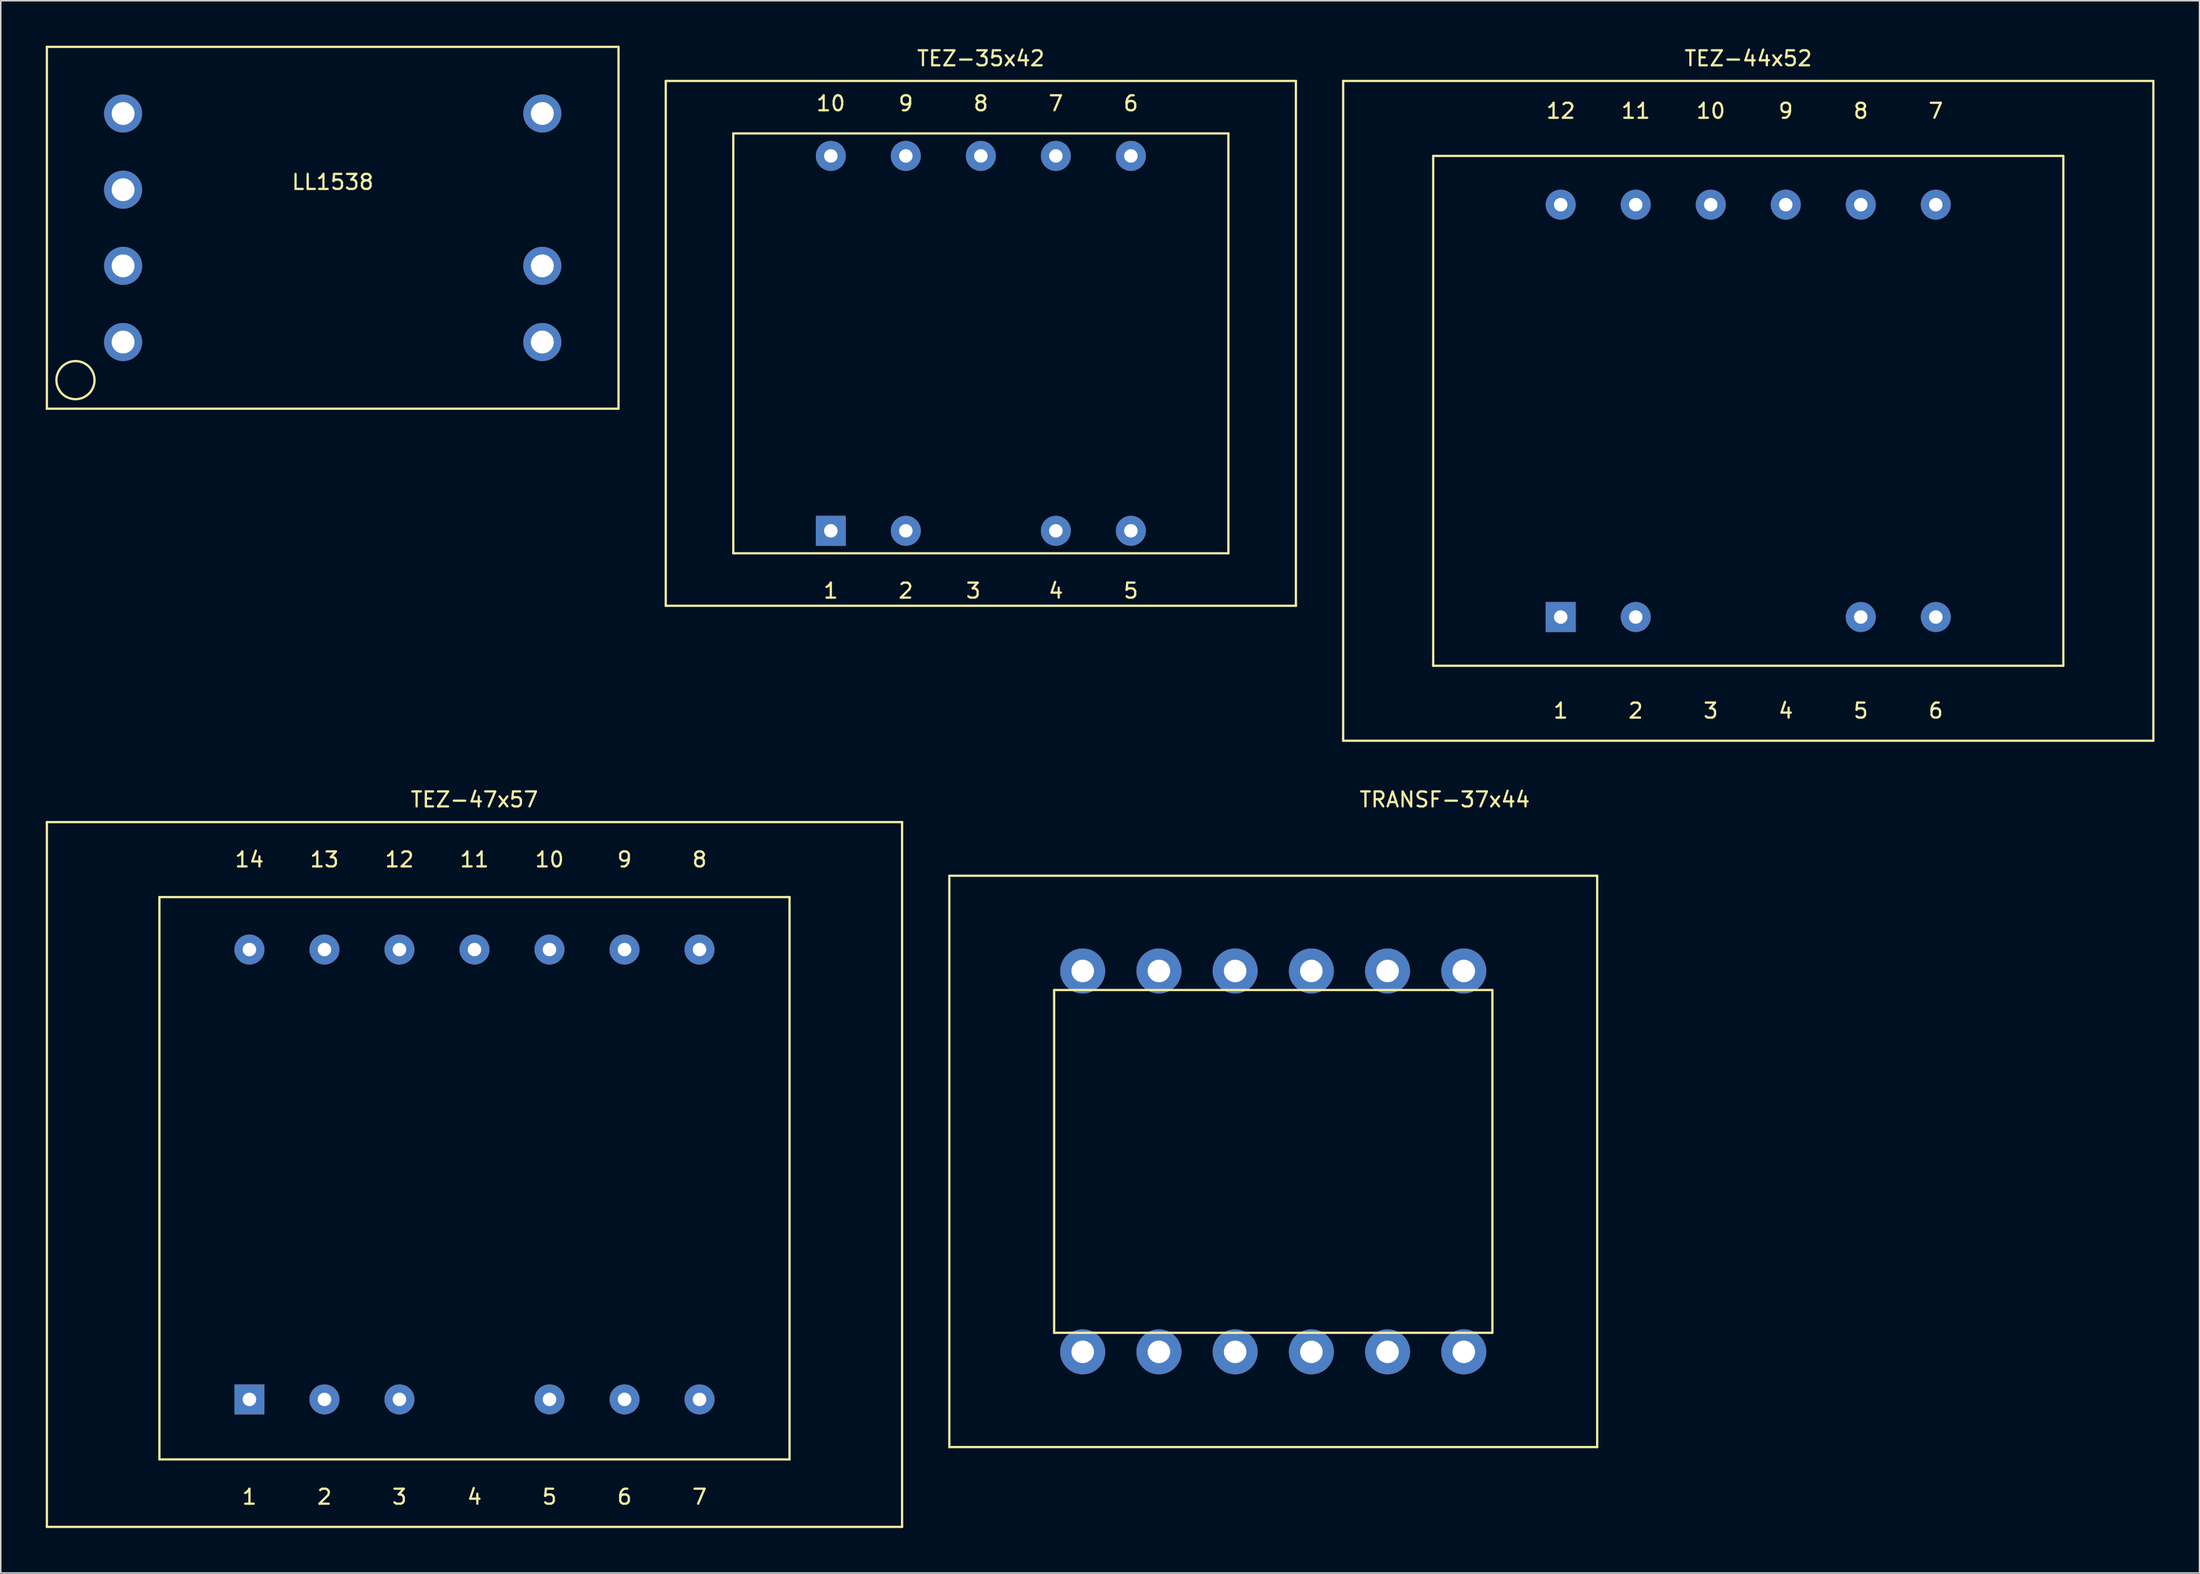
<source format=kicad_pcb>
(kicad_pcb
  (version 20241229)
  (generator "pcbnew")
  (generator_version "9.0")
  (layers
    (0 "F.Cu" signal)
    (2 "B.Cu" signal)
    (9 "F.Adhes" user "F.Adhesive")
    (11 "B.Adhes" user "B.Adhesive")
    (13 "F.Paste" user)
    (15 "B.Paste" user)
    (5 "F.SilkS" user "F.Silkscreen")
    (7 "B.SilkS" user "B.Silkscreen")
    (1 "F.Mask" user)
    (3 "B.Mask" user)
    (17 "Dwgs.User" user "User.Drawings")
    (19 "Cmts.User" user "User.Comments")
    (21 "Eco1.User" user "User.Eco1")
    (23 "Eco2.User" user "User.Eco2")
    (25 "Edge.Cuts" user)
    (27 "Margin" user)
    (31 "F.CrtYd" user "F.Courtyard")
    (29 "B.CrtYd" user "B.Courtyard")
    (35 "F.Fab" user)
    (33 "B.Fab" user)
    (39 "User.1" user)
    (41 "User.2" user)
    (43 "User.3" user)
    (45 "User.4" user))
  (footprint "TEZ-44x52"
    (layer "F.Cu")
    (at 113.475 24.348)
    (property "Reference" "TEZ-44x52" (at 0 -23.5 0) (layer "F.SilkS") (effects (font (size 1 1) (thickness 0.15))))
    (attr through_hole)
    (fp_line (start -27 -22) (end 27 -22) (stroke (width 0.15) (type solid)) (layer "F.SilkS"))
    (fp_line (start -27 22) (end -27 -22) (stroke (width 0.15) (type solid)) (layer "F.SilkS"))
    (fp_line (start -21 -17) (end 21 -17) (stroke (width 0.15) (type solid)) (layer "F.SilkS"))
    (fp_line (start -21 17) (end -21 -17) (stroke (width 0.15) (type solid)) (layer "F.SilkS"))
    (fp_line (start 21 -17) (end 21 17) (stroke (width 0.15) (type solid)) (layer "F.SilkS"))
    (fp_line (start 21 17) (end -21 17) (stroke (width 0.15) (type solid)) (layer "F.SilkS"))
    (fp_line (start 27 -22) (end 27 22) (stroke (width 0.15) (type solid)) (layer "F.SilkS"))
    (fp_line (start 27 22) (end -27 22) (stroke (width 0.15) (type solid)) (layer "F.SilkS"))
    (fp_text user "2" (at -7.5 20 0) (layer "F.SilkS") (effects (font (size 1 1) (thickness 0.15))))
    (fp_text user "12" (at -12.5 -20 0) (layer "F.SilkS") (effects (font (size 1 1) (thickness 0.15))))
    (fp_text user "1" (at -12.5 20 0) (layer "F.SilkS") (effects (font (size 1 1) (thickness 0.15))))
    (fp_text user "6" (at 12.5 20 0) (layer "F.SilkS") (effects (font (size 1 1) (thickness 0.15))))
    (fp_text user "10" (at -2.5 -20 0) (layer "F.SilkS") (effects (font (size 1 1) (thickness 0.15))))
    (fp_text user "4" (at 2.5 20 0) (layer "F.SilkS") (effects (font (size 1 1) (thickness 0.15))))
    (fp_text user "8" (at 7.5 -20 0) (layer "F.SilkS") (effects (font (size 1 1) (thickness 0.15))))
    (fp_text user "3" (at -2.5 20 0) (layer "F.SilkS") (effects (font (size 1 1) (thickness 0.15))))
    (fp_text user "11" (at -7.5 -20 0) (layer "F.SilkS") (effects (font (size 1 1) (thickness 0.15))))
    (fp_text user "5" (at 7.5 20 0) (layer "F.SilkS") (effects (font (size 1 1) (thickness 0.15))))
    (fp_text user "7" (at 12.5 -20 0) (layer "F.SilkS") (effects (font (size 1 1) (thickness 0.15))))
    (fp_text user "9" (at 2.5 -20 0) (layer "F.SilkS") (effects (font (size 1 1) (thickness 0.15))))
    (pad "1" thru_hole rect (at -12.5 13.75) (size 2 2) (drill 0.9) (layers "*.Cu" "*.Mask"))
    (pad "2" thru_hole circle (at -7.5 13.75) (size 2 2) (drill 0.9) (layers "*.Cu" "*.Mask"))
    (pad "5" thru_hole circle (at 7.5 13.75) (size 2 2) (drill 0.9) (layers "*.Cu" "*.Mask"))
    (pad "6" thru_hole circle (at 12.5 13.75) (size 2 2) (drill 0.9) (layers "*.Cu" "*.Mask"))
    (pad "7" thru_hole circle (at 12.5 -13.75) (size 2 2) (drill 0.9) (layers "*.Cu" "*.Mask"))
    (pad "8" thru_hole circle (at 7.5 -13.75) (size 2 2) (drill 0.9) (layers "*.Cu" "*.Mask"))
    (pad "9" thru_hole circle (at 2.5 -13.75) (size 2 2) (drill 0.9) (layers "*.Cu" "*.Mask"))
    (pad "10" thru_hole circle (at -2.5 -13.75) (size 2 2) (drill 0.9) (layers "*.Cu" "*.Mask"))
    (pad "11" thru_hole circle (at -7.5 -13.75) (size 2 2) (drill 0.9) (layers "*.Cu" "*.Mask"))
    (pad "12" thru_hole circle (at -12.5 -13.75) (size 2 2) (drill 0.9) (layers "*.Cu" "*.Mask")))
  (footprint "TEZ-47x57"
    (layer "F.Cu")
    (at 28.575 75.272)
    (property "Reference" "TEZ-47x57" (at 0 -25 0) (layer "F.SilkS") (effects (font (size 1 1) (thickness 0.15))))
    (attr through_hole)
    (fp_line (start -28.5 -23.5) (end -28.5 23.5) (stroke (width 0.15) (type solid)) (layer "F.SilkS"))
    (fp_line (start -28.5 -23.5) (end 28.5 -23.5) (stroke (width 0.15) (type solid)) (layer "F.SilkS"))
    (fp_line (start -21 -18.5) (end -21 19) (stroke (width 0.15) (type solid)) (layer "F.SilkS"))
    (fp_line (start -21 19) (end 21 19) (stroke (width 0.15) (type solid)) (layer "F.SilkS"))
    (fp_line (start 21 -18.5) (end -21 -18.5) (stroke (width 0.15) (type solid)) (layer "F.SilkS"))
    (fp_line (start 21 19) (end 21 -18.5) (stroke (width 0.15) (type solid)) (layer "F.SilkS"))
    (fp_line (start 28.5 -23.5) (end 28.5 23.5) (stroke (width 0.15) (type solid)) (layer "F.SilkS"))
    (fp_line (start 28.5 23.5) (end -28.5 23.5) (stroke (width 0.15) (type solid)) (layer "F.SilkS"))
    (fp_text user "5" (at 5 21.5 0) (layer "F.SilkS") (effects (font (size 1 1) (thickness 0.15))))
    (fp_text user "6" (at 10 21.5 0) (layer "F.SilkS") (effects (font (size 1 1) (thickness 0.15))))
    (fp_text user "13" (at -10 -21 0) (layer "F.SilkS") (effects (font (size 1 1) (thickness 0.15))))
    (fp_text user "7" (at 15 21.5 0) (layer "F.SilkS") (effects (font (size 1 1) (thickness 0.15))))
    (fp_text user "10" (at 5 -21 0) (layer "F.SilkS") (effects (font (size 1 1) (thickness 0.15))))
    (fp_text user "9" (at 10 -21 0) (layer "F.SilkS") (effects (font (size 1 1) (thickness 0.15))))
    (fp_text user "11" (at 0 -21 0) (layer "F.SilkS") (effects (font (size 1 1) (thickness 0.15))))
    (fp_text user "14" (at -15 -21 0) (layer "F.SilkS") (effects (font (size 1 1) (thickness 0.15))))
    (fp_text user "4" (at 0 21.5 0) (layer "F.SilkS") (effects (font (size 1 1) (thickness 0.15))))
    (fp_text user "1" (at -15 21.5 0) (layer "F.SilkS") (effects (font (size 1 1) (thickness 0.15))))
    (fp_text user "12" (at -5 -21 0) (layer "F.SilkS") (effects (font (size 1 1) (thickness 0.15))))
    (fp_text user "3" (at -5 21.5 0) (layer "F.SilkS") (effects (font (size 1 1) (thickness 0.15))))
    (fp_text user "2" (at -10 21.5 0) (layer "F.SilkS") (effects (font (size 1 1) (thickness 0.15))))
    (fp_text user "8" (at 15 -21 0) (layer "F.SilkS") (effects (font (size 1 1) (thickness 0.15))))
    (pad "1" thru_hole rect (at -15 15) (size 2 2) (drill 0.9) (layers "*.Cu" "*.Mask"))
    (pad "2" thru_hole circle (at -10 15) (size 2 2) (drill 0.9) (layers "*.Cu" "*.Mask"))
    (pad "3" thru_hole circle (at -5 15) (size 2 2) (drill 0.9) (layers "*.Cu" "*.Mask"))
    (pad "5" thru_hole circle (at 5 15) (size 2 2) (drill 0.9) (layers "*.Cu" "*.Mask"))
    (pad "6" thru_hole circle (at 10 15) (size 2 2) (drill 0.9) (layers "*.Cu" "*.Mask"))
    (pad "7" thru_hole circle (at 15 15) (size 2 2) (drill 0.9) (layers "*.Cu" "*.Mask"))
    (pad "8" thru_hole circle (at 15 -15) (size 2 2) (drill 0.9) (layers "*.Cu" "*.Mask"))
    (pad "9" thru_hole circle (at 10 -15) (size 2 2) (drill 0.9) (layers "*.Cu" "*.Mask"))
    (pad "10" thru_hole circle (at 5 -15) (size 2 2) (drill 0.9) (layers "*.Cu" "*.Mask"))
    (pad "11" thru_hole circle (at 0 -15) (size 2 2) (drill 0.9) (layers "*.Cu" "*.Mask"))
    (pad "12" thru_hole circle (at -5 -15) (size 2 2) (drill 0.9) (layers "*.Cu" "*.Mask"))
    (pad "13" thru_hole circle (at -10 -15) (size 2 2) (drill 0.9) (layers "*.Cu" "*.Mask"))
    (pad "14" thru_hole circle (at -15 -15) (size 2 2) (drill 0.9) (layers "*.Cu" "*.Mask")))
  (footprint "TEZ-35x42"
    (layer "F.Cu")
    (at 62.325 19.848)
    (property "Reference" "TEZ-35x42" (at 0 -19 0) (layer "F.SilkS") (effects (font (size 1 1) (thickness 0.15))))
    (attr through_hole)
    (fp_line (start -21 -17.5) (end 21 -17.5) (stroke (width 0.15) (type solid)) (layer "F.SilkS"))
    (fp_line (start -21 17.5) (end -21 -17.5) (stroke (width 0.15) (type solid)) (layer "F.SilkS"))
    (fp_line (start -16.5 -14) (end 16.5 -14) (stroke (width 0.15) (type solid)) (layer "F.SilkS"))
    (fp_line (start -16.5 14) (end -16.5 -14) (stroke (width 0.15) (type solid)) (layer "F.SilkS"))
    (fp_line (start 16.5 -14) (end 16.5 14) (stroke (width 0.15) (type solid)) (layer "F.SilkS"))
    (fp_line (start 16.5 14) (end -16.5 14) (stroke (width 0.15) (type solid)) (layer "F.SilkS"))
    (fp_line (start 21 -17.5) (end 21 17.5) (stroke (width 0.15) (type solid)) (layer "F.SilkS"))
    (fp_line (start 21 17.5) (end -21 17.5) (stroke (width 0.15) (type solid)) (layer "F.SilkS"))
    (fp_text user "1" (at -10 16.5 0) (layer "F.SilkS") (effects (font (size 1 1) (thickness 0.15))))
    (fp_text user "3" (at -0.5 16.5 0) (layer "F.SilkS") (effects (font (size 1 1) (thickness 0.15))))
    (fp_text user "8" (at 0 -16 0) (layer "F.SilkS") (effects (font (size 1 1) (thickness 0.15))))
    (fp_text user "5" (at 10 16.5 0) (layer "F.SilkS") (effects (font (size 1 1) (thickness 0.15))))
    (fp_text user "7" (at 5 -16 0) (layer "F.SilkS") (effects (font (size 1 1) (thickness 0.15))))
    (fp_text user "6" (at 10 -16 0) (layer "F.SilkS") (effects (font (size 1 1) (thickness 0.15))))
    (fp_text user "10" (at -10 -16 0) (layer "F.SilkS") (effects (font (size 1 1) (thickness 0.15))))
    (fp_text user "9" (at -5 -16 0) (layer "F.SilkS") (effects (font (size 1 1) (thickness 0.15))))
    (fp_text user "4" (at 5 16.5 0) (layer "F.SilkS") (effects (font (size 1 1) (thickness 0.15))))
    (fp_text user "2" (at -5 16.5 0) (layer "F.SilkS") (effects (font (size 1 1) (thickness 0.15))))
    (pad "1" thru_hole rect (at -10 12.5) (size 2 2) (drill 0.9) (layers "*.Cu" "*.Mask"))
    (pad "2" thru_hole circle (at -5 12.5) (size 2 2) (drill 0.9) (layers "*.Cu" "*.Mask"))
    (pad "4" thru_hole circle (at 5 12.5) (size 2 2) (drill 0.9) (layers "*.Cu" "*.Mask"))
    (pad "5" thru_hole circle (at 10 12.5) (size 2 2) (drill 0.9) (layers "*.Cu" "*.Mask"))
    (pad "6" thru_hole circle (at 10 -12.5) (size 2 2) (drill 0.9) (layers "*.Cu" "*.Mask"))
    (pad "7" thru_hole circle (at 5 -12.5) (size 2 2) (drill 0.9) (layers "*.Cu" "*.Mask"))
    (pad "8" thru_hole circle (at 0 -12.5) (size 2 2) (drill 0.9) (layers "*.Cu" "*.Mask"))
    (pad "9" thru_hole circle (at -5 -12.5) (size 2 2) (drill 0.9) (layers "*.Cu" "*.Mask"))
    (pad "10" thru_hole circle (at -10 -12.5) (size 2 2) (drill 0.9) (layers "*.Cu" "*.Mask")))
  (footprint "LL1538"
    (layer "F.Cu")
    (at 19.125 12.14)
    (property "Reference" "LL1538" (at 0 -3.048 0) (layer "F.SilkS") (effects (font (size 1 1) (thickness 0.15))))
    (attr smd)
    (fp_line (start -19.05 -12.065) (end 19.05 -12.065) (stroke (width 0.15) (type solid)) (layer "F.SilkS"))
    (fp_line (start -19.05 12.065) (end -19.05 -12.065) (stroke (width 0.15) (type solid)) (layer "F.SilkS"))
    (fp_line (start 19.05 -12.065) (end 19.05 12.065) (stroke (width 0.15) (type solid)) (layer "F.SilkS"))
    (fp_line (start 19.05 12.065) (end -19.05 12.065) (stroke (width 0.15) (type solid)) (layer "F.SilkS"))
    (fp_circle (center -17.145 10.16) (end -17.145 8.89) (stroke (width 0.15) (type solid)) (fill no) (layer "F.SilkS"))
    (pad "1" thru_hole circle (at -13.97 7.62) (size 2.54 2.54) (drill 1.524) (layers "*.Cu" "*.Mask"))
    (pad "2" thru_hole circle (at -13.97 2.54) (size 2.54 2.54) (drill 1.524) (layers "*.Cu" "*.Mask"))
    (pad "3" thru_hole circle (at -13.97 -2.54) (size 2.54 2.54) (drill 1.524) (layers "*.Cu" "*.Mask"))
    (pad "4" thru_hole circle (at -13.97 -7.62) (size 2.54 2.54) (drill 1.524) (layers "*.Cu" "*.Mask"))
    (pad "5" thru_hole circle (at 13.97 7.62) (size 2.54 2.54) (drill 1.524) (layers "*.Cu" "*.Mask"))
    (pad "6" thru_hole circle (at 13.97 2.54) (size 2.54 2.54) (drill 1.524) (layers "*.Cu" "*.Mask"))
    (pad "8" thru_hole circle (at 13.97 -7.62) (size 2.54 2.54) (drill 1.524) (layers "*.Cu" "*.Mask")))
  (footprint "TRANSF-37x44"
    (layer "F.Cu")
    (at 81.815 74.401)
    (property "Reference" "TRANSF-37x44" (at 11.43 -24.13 0) (layer "F.SilkS") (effects (font (size 1 1) (thickness 0.15))))
    (attr through_hole)
    (fp_line (start -21.59 -19.05) (end 21.59 -19.05) (stroke (width 0.15) (type solid)) (layer "F.SilkS"))
    (fp_line (start -21.59 19.05) (end -21.59 -19.05) (stroke (width 0.15) (type solid)) (layer "F.SilkS"))
    (fp_line (start -14.605 -11.43) (end 14.605 -11.43) (stroke (width 0.15) (type solid)) (layer "F.SilkS"))
    (fp_line (start -14.605 11.43) (end -14.605 -11.43) (stroke (width 0.15) (type solid)) (layer "F.SilkS"))
    (fp_line (start 14.605 -11.43) (end 14.605 11.43) (stroke (width 0.15) (type solid)) (layer "F.SilkS"))
    (fp_line (start 14.605 11.43) (end -14.605 11.43) (stroke (width 0.15) (type solid)) (layer "F.SilkS"))
    (fp_line (start 21.59 -19.05) (end 21.59 19.05) (stroke (width 0.15) (type solid)) (layer "F.SilkS"))
    (fp_line (start 21.59 19.05) (end -21.59 19.05) (stroke (width 0.15) (type solid)) (layer "F.SilkS"))
    (pad "" thru_hole circle (at -12.7 -12.7) (size 3 3) (drill 1.501) (layers "*.Cu" "*.Mask"))
    (pad "" thru_hole circle (at -7.62 12.7) (size 3 3) (drill 1.501) (layers "*.Cu" "*.Mask"))
    (pad "" thru_hole circle (at -2.54 -12.7) (size 3 3) (drill 1.501) (layers "*.Cu" "*.Mask"))
    (pad "" thru_hole circle (at 2.54 -12.7) (size 3 3) (drill 1.501) (layers "*.Cu" "*.Mask"))
    (pad "" thru_hole circle (at 2.54 12.7) (size 3 3) (drill 1.501) (layers "*.Cu" "*.Mask"))
    (pad "" thru_hole circle (at 7.62 -12.7) (size 3 3) (drill 1.501) (layers "*.Cu" "*.Mask"))
    (pad "" thru_hole circle (at 7.62 12.7) (size 3 3) (drill 1.501) (layers "*.Cu" "*.Mask"))
    (pad "" thru_hole circle (at 12.7 12.7) (size 3 3) (drill 1.501) (layers "*.Cu" "*.Mask"))
    (pad "1" thru_hole circle (at -7.62 -12.7) (size 3 3) (drill 1.501) (layers "*.Cu" "*.Mask"))
    (pad "2" thru_hole circle (at 12.7 -12.7) (size 3 3) (drill 1.501) (layers "*.Cu" "*.Mask"))
    (pad "3" thru_hole circle (at -2.54 12.7) (size 3 3) (drill 1.501) (layers "*.Cu" "*.Mask"))
    (pad "4" thru_hole circle (at -12.7 12.7) (size 3 3) (drill 1.501) (layers "*.Cu" "*.Mask")))
  (gr_rect
    (start -3 -3)
    (end 143.55 101.847)
    (stroke (width 0.1) (type default))
    (fill no)
    (layer "Edge.Cuts")))
</source>
